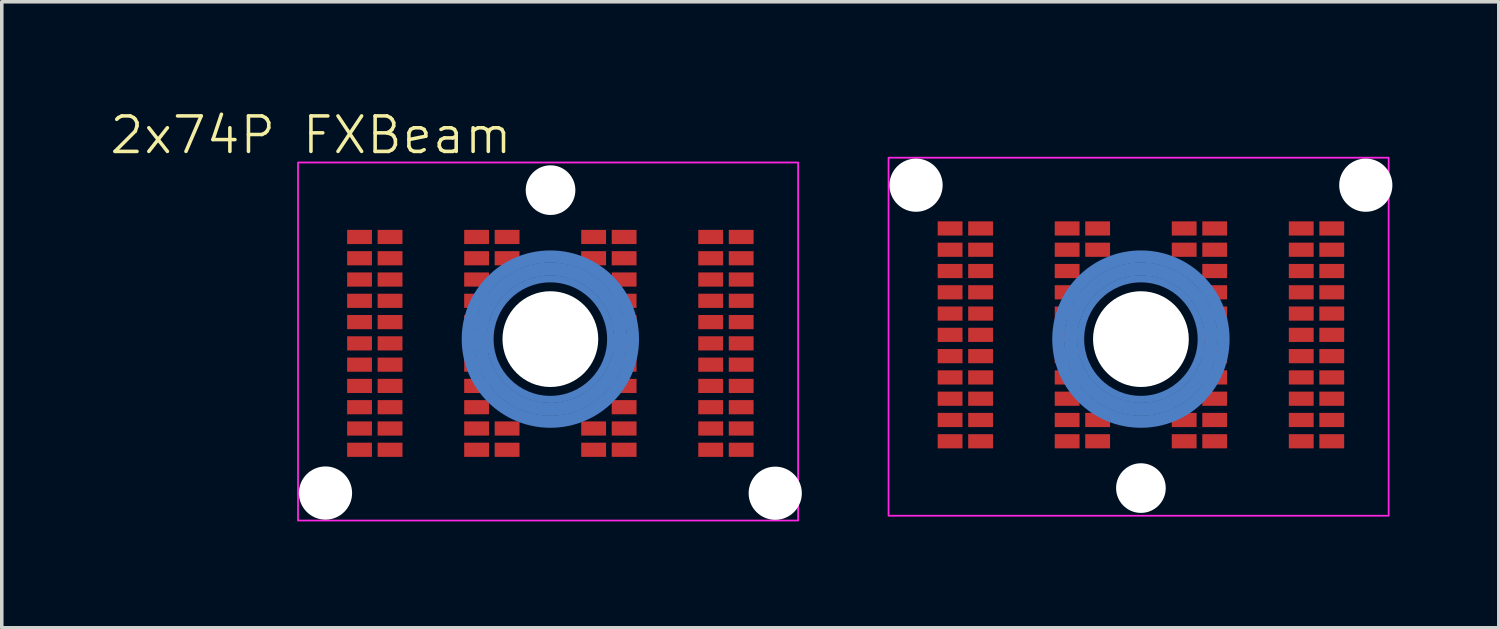
<source format=kicad_pcb>
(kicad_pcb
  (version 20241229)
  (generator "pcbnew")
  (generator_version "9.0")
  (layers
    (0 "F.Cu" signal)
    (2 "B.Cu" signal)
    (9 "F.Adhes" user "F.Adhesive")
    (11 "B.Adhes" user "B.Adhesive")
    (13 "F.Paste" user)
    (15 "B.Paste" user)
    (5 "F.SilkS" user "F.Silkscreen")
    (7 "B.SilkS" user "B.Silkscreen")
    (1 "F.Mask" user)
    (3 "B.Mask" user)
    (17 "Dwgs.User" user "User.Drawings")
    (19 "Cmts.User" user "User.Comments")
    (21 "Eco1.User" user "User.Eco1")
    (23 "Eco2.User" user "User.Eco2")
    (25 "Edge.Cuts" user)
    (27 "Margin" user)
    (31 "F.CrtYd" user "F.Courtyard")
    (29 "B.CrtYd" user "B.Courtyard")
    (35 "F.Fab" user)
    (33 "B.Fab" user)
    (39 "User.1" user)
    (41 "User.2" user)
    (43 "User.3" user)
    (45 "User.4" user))
  (footprint "2x74P FXBeam"
    (layer "F.Cu")
    (at 20.797 6.511)
    (property "Reference" "2x74P FXBeam" (at -15.08 -5.75 0) (unlocked yes) (layer "F.SilkS") (effects (font (size 1 1) (thickness 0.1))))
    (attr smd exclude_from_pos_files exclude_from_bom)
    (fp_circle (center -8.33 0) (end -6.63 0) (stroke (width 0.2) (type default)) (fill no) (layer "B.Cu"))
    (fp_circle (center -8.33 0) (end -6.44 0.005) (stroke (width 0.2) (type default)) (fill no) (layer "B.Cu"))
    (fp_circle (center -8.33 0) (end -6.265 0) (stroke (width 0.2) (type default)) (fill no) (layer "B.Cu"))
    (fp_circle (center -8.33 0) (end -6.075 0) (stroke (width 0.2) (type default)) (fill no) (layer "B.Cu"))
    (fp_circle (center -8.33 0) (end -5.93 0) (stroke (width 0.2) (type default)) (fill no) (layer "B.Cu"))
    (fp_circle (center 8.32 0) (end 10.02 0) (stroke (width 0.2) (type default)) (fill no) (layer "B.Cu"))
    (fp_circle (center 8.32 0) (end 10.21 0.005) (stroke (width 0.2) (type default)) (fill no) (layer "B.Cu"))
    (fp_circle (center 8.32 0) (end 10.385 0) (stroke (width 0.2) (type default)) (fill no) (layer "B.Cu"))
    (fp_circle (center 8.32 0) (end 10.575 0) (stroke (width 0.2) (type default)) (fill no) (layer "B.Cu"))
    (fp_circle (center 8.32 0) (end 10.72 0) (stroke (width 0.2) (type default)) (fill no) (layer "B.Cu"))
    (fp_rect (start -15.445 -4.98) (end -1.345 5.115) (stroke (width 0.05) (type default)) (fill no) (layer "F.CrtYd"))
    (fp_rect (start 15.305 4.98) (end 1.205 -5.115) (stroke (width 0.05) (type default)) (fill no) (layer "F.CrtYd"))
    (pad "" np_thru_hole circle (at -14.67 4.34) (size 1.5 1.5) (drill 1.5) (layers "*.Cu" "*.Mask"))
    (pad "" np_thru_hole circle (at -8.33 0) (size 2.7 2.7) (drill 2.7) (layers "*.Cu" "*.Mask"))
    (pad "" np_thru_hole circle (at -8.325 -4.2) (size 1.4 1.4) (drill 1.4) (layers "*.Cu" "*.Mask"))
    (pad "" np_thru_hole circle (at -1.99 4.345) (size 1.5 1.5) (drill 1.5) (layers "*.Cu" "*.Mask"))
    (pad "" np_thru_hole circle (at 1.98 -4.34) (size 1.5 1.5) (drill 1.5) (layers "*.Cu" "*.Mask"))
    (pad "" np_thru_hole circle (at 8.32 0) (size 2.7 2.7) (drill 2.7) (layers "*.Cu" "*.Mask"))
    (pad "" np_thru_hole circle (at 8.32 4.2) (size 1.4 1.4) (drill 1.4) (layers "*.Cu" "*.Mask"))
    (pad "" np_thru_hole circle (at 14.66 -4.34) (size 1.5 1.5) (drill 1.5) (layers "*.Cu" "*.Mask"))
    (pad "PA1" smd rect (at -2.95 -2.88) (size 0.7 0.4) (layers "F.Cu" "F.Mask" "F.Paste"))
    (pad "PA2" smd rect (at -3.81 -2.88) (size 0.7 0.4) (layers "F.Cu" "F.Mask" "F.Paste"))
    (pad "PA3" smd rect (at -6.25 -2.88) (size 0.7 0.4) (layers "F.Cu" "F.Mask" "F.Paste"))
    (pad "PA4" smd rect (at -7.11 -2.88) (size 0.7 0.4) (layers "F.Cu" "F.Mask" "F.Paste"))
    (pad "PA5" smd rect (at -9.55 -2.88 180) (size 0.7 0.4) (layers "F.Cu" "F.Mask" "F.Paste"))
    (pad "PA6" smd rect (at -10.41 -2.88 180) (size 0.7 0.4) (layers "F.Cu" "F.Mask" "F.Paste"))
    (pad "PA7" smd rect (at -12.85 -2.88) (size 0.7 0.4) (layers "F.Cu" "F.Mask" "F.Paste"))
    (pad "PA8" smd rect (at -13.71 -2.88) (size 0.7 0.4) (layers "F.Cu" "F.Mask" "F.Paste"))
    (pad "PB1" smd rect (at -2.95 -2.28) (size 0.7 0.4) (layers "F.Cu" "F.Mask" "F.Paste"))
    (pad "PB2" smd rect (at -3.81 -2.28) (size 0.7 0.4) (layers "F.Cu" "F.Mask" "F.Paste"))
    (pad "PB3" smd rect (at -6.25 -2.28) (size 0.7 0.4) (layers "F.Cu" "F.Mask" "F.Paste"))
    (pad "PB4" smd rect (at -7.11 -2.28) (size 0.7 0.4) (layers "F.Cu" "F.Mask" "F.Paste"))
    (pad "PB5" smd rect (at -9.55 -2.28 180) (size 0.7 0.4) (layers "F.Cu" "F.Mask" "F.Paste"))
    (pad "PB6" smd rect (at -10.41 -2.28 180) (size 0.7 0.4) (layers "F.Cu" "F.Mask" "F.Paste"))
    (pad "PB7" smd rect (at -12.85 -2.28) (size 0.7 0.4) (layers "F.Cu" "F.Mask" "F.Paste"))
    (pad "PB8" smd rect (at -13.71 -2.28) (size 0.7 0.4) (layers "F.Cu" "F.Mask" "F.Paste"))
    (pad "PC1" smd rect (at -2.95 -1.68) (size 0.7 0.4) (layers "F.Cu" "F.Mask" "F.Paste"))
    (pad "PC2" smd rect (at -3.81 -1.68) (size 0.7 0.4) (layers "F.Cu" "F.Mask" "F.Paste"))
    (pad "PC3" smd rect (at -6.25 -1.68) (size 0.7 0.4) (layers "F.Cu" "F.Mask" "F.Paste"))
    (pad "PC6" smd rect (at -10.41 -1.68 180) (size 0.7 0.4) (layers "F.Cu" "F.Mask" "F.Paste"))
    (pad "PC7" smd rect (at -12.85 -1.68) (size 0.7 0.4) (layers "F.Cu" "F.Mask" "F.Paste"))
    (pad "PC8" smd rect (at -13.71 -1.68) (size 0.7 0.4) (layers "F.Cu" "F.Mask" "F.Paste"))
    (pad "PD1" smd rect (at -2.95 -1.08) (size 0.7 0.4) (layers "F.Cu" "F.Mask" "F.Paste"))
    (pad "PD2" smd rect (at -3.81 -1.08) (size 0.7 0.4) (layers "F.Cu" "F.Mask" "F.Paste"))
    (pad "PD3" smd rect (at -6.25 -1.08) (size 0.7 0.4) (layers "F.Cu" "F.Mask" "F.Paste"))
    (pad "PD6" smd rect (at -10.41 -1.08 180) (size 0.7 0.4) (layers "F.Cu" "F.Mask" "F.Paste"))
    (pad "PD7" smd rect (at -12.85 -1.08) (size 0.7 0.4) (layers "F.Cu" "F.Mask" "F.Paste"))
    (pad "PD8" smd rect (at -13.71 -1.08) (size 0.7 0.4) (layers "F.Cu" "F.Mask" "F.Paste"))
    (pad "PE1" smd rect (at -2.95 -0.48) (size 0.7 0.4) (layers "F.Cu" "F.Mask" "F.Paste"))
    (pad "PE2" smd rect (at -3.81 -0.48) (size 0.7 0.4) (layers "F.Cu" "F.Mask" "F.Paste"))
    (pad "PE3" smd rect (at -6.25 -0.48) (size 0.7 0.4) (layers "F.Cu" "F.Mask" "F.Paste"))
    (pad "PE6" smd rect (at -10.41 -0.48 180) (size 0.7 0.4) (layers "F.Cu" "F.Mask" "F.Paste"))
    (pad "PE7" smd rect (at -12.85 -0.48) (size 0.7 0.4) (layers "F.Cu" "F.Mask" "F.Paste"))
    (pad "PE8" smd rect (at -13.71 -0.48) (size 0.7 0.4) (layers "F.Cu" "F.Mask" "F.Paste"))
    (pad "PF1" smd rect (at -2.95 0.12) (size 0.7 0.4) (layers "F.Cu" "F.Mask" "F.Paste"))
    (pad "PF2" smd rect (at -3.81 0.12) (size 0.7 0.4) (layers "F.Cu" "F.Mask" "F.Paste"))
    (pad "PF3" smd rect (at -6.25 0.12) (size 0.7 0.4) (layers "F.Cu" "F.Mask" "F.Paste"))
    (pad "PF6" smd rect (at -10.41 0.12 180) (size 0.7 0.4) (layers "F.Cu" "F.Mask" "F.Paste"))
    (pad "PF7" smd rect (at -12.85 0.12) (size 0.7 0.4) (layers "F.Cu" "F.Mask" "F.Paste"))
    (pad "PF8" smd rect (at -13.71 0.12) (size 0.7 0.4) (layers "F.Cu" "F.Mask" "F.Paste"))
    (pad "PG1" smd rect (at -2.95 0.72) (size 0.7 0.4) (layers "F.Cu" "F.Mask" "F.Paste"))
    (pad "PG2" smd rect (at -3.81 0.72) (size 0.7 0.4) (layers "F.Cu" "F.Mask" "F.Paste"))
    (pad "PG3" smd rect (at -6.25 0.72) (size 0.7 0.4) (layers "F.Cu" "F.Mask" "F.Paste"))
    (pad "PG6" smd rect (at -10.41 0.72 180) (size 0.7 0.4) (layers "F.Cu" "F.Mask" "F.Paste"))
    (pad "PG7" smd rect (at -12.85 0.72) (size 0.7 0.4) (layers "F.Cu" "F.Mask" "F.Paste"))
    (pad "PG8" smd rect (at -13.71 0.72) (size 0.7 0.4) (layers "F.Cu" "F.Mask" "F.Paste"))
    (pad "PH1" smd rect (at -2.95 1.32) (size 0.7 0.4) (layers "F.Cu" "F.Mask" "F.Paste"))
    (pad "PH2" smd rect (at -3.81 1.32) (size 0.7 0.4) (layers "F.Cu" "F.Mask" "F.Paste"))
    (pad "PH3" smd rect (at -6.25 1.32) (size 0.7 0.4) (layers "F.Cu" "F.Mask" "F.Paste"))
    (pad "PH6" smd rect (at -10.41 1.32 180) (size 0.7 0.4) (layers "F.Cu" "F.Mask" "F.Paste"))
    (pad "PH7" smd rect (at -12.85 1.32) (size 0.7 0.4) (layers "F.Cu" "F.Mask" "F.Paste"))
    (pad "PH8" smd rect (at -13.71 1.32) (size 0.7 0.4) (layers "F.Cu" "F.Mask" "F.Paste"))
    (pad "PJ1" smd rect (at -2.95 1.92) (size 0.7 0.4) (layers "F.Cu" "F.Mask" "F.Paste"))
    (pad "PJ2" smd rect (at -3.81 1.92) (size 0.7 0.4) (layers "F.Cu" "F.Mask" "F.Paste"))
    (pad "PJ3" smd rect (at -6.25 1.92) (size 0.7 0.4) (layers "F.Cu" "F.Mask" "F.Paste"))
    (pad "PJ6" smd rect (at -10.41 1.92 180) (size 0.7 0.4) (layers "F.Cu" "F.Mask" "F.Paste"))
    (pad "PJ7" smd rect (at -12.85 1.92) (size 0.7 0.4) (layers "F.Cu" "F.Mask" "F.Paste"))
    (pad "PJ8" smd rect (at -13.71 1.92) (size 0.7 0.4) (layers "F.Cu" "F.Mask" "F.Paste"))
    (pad "PK1" smd rect (at -2.95 2.52) (size 0.7 0.4) (layers "F.Cu" "F.Mask" "F.Paste"))
    (pad "PK2" smd rect (at -3.81 2.52) (size 0.7 0.4) (layers "F.Cu" "F.Mask" "F.Paste"))
    (pad "PK3" smd rect (at -6.25 2.52) (size 0.7 0.4) (layers "F.Cu" "F.Mask" "F.Paste"))
    (pad "PK4" smd rect (at -7.11 2.52) (size 0.7 0.4) (layers "F.Cu" "F.Mask" "F.Paste"))
    (pad "PK5" smd rect (at -9.55 2.52 180) (size 0.7 0.4) (layers "F.Cu" "F.Mask" "F.Paste"))
    (pad "PK6" smd rect (at -10.41 2.52 180) (size 0.7 0.4) (layers "F.Cu" "F.Mask" "F.Paste"))
    (pad "PK7" smd rect (at -12.85 2.52) (size 0.7 0.4) (layers "F.Cu" "F.Mask" "F.Paste"))
    (pad "PK8" smd rect (at -13.71 2.52) (size 0.7 0.4) (layers "F.Cu" "F.Mask" "F.Paste"))
    (pad "PL1" smd rect (at -2.95 3.12) (size 0.7 0.4) (layers "F.Cu" "F.Mask" "F.Paste"))
    (pad "PL2" smd rect (at -3.81 3.12) (size 0.7 0.4) (layers "F.Cu" "F.Mask" "F.Paste"))
    (pad "PL3" smd rect (at -6.25 3.12) (size 0.7 0.4) (layers "F.Cu" "F.Mask" "F.Paste"))
    (pad "PL4" smd rect (at -7.11 3.12) (size 0.7 0.4) (layers "F.Cu" "F.Mask" "F.Paste"))
    (pad "PL5" smd rect (at -9.55 3.12 180) (size 0.7 0.4) (layers "F.Cu" "F.Mask" "F.Paste"))
    (pad "PL6" smd rect (at -10.41 3.12 180) (size 0.7 0.4) (layers "F.Cu" "F.Mask" "F.Paste"))
    (pad "PL7" smd rect (at -12.85 3.12) (size 0.7 0.4) (layers "F.Cu" "F.Mask" "F.Paste"))
    (pad "PL8" smd rect (at -13.71 3.12) (size 0.7 0.4) (layers "F.Cu" "F.Mask" "F.Paste"))
    (pad "SA1" smd rect (at 13.7 -3.12) (size 0.7 0.4) (layers "F.Cu" "F.Mask" "F.Paste"))
    (pad "SA2" smd rect (at 12.84 -3.12) (size 0.7 0.4) (layers "F.Cu" "F.Mask" "F.Paste"))
    (pad "SA3" smd rect (at 10.4 -3.12) (size 0.7 0.4) (layers "F.Cu" "F.Mask" "F.Paste"))
    (pad "SA4" smd rect (at 9.54 -3.12) (size 0.7 0.4) (layers "F.Cu" "F.Mask" "F.Paste"))
    (pad "SA5" smd rect (at 7.1 -3.12 180) (size 0.7 0.4) (layers "F.Cu" "F.Mask" "F.Paste"))
    (pad "SA6" smd rect (at 6.24 -3.12 180) (size 0.7 0.4) (layers "F.Cu" "F.Mask" "F.Paste"))
    (pad "SA7" smd rect (at 3.8 -3.12) (size 0.7 0.4) (layers "F.Cu" "F.Mask" "F.Paste"))
    (pad "SA8" smd rect (at 2.94 -3.12) (size 0.7 0.4) (layers "F.Cu" "F.Mask" "F.Paste"))
    (pad "SB1" smd rect (at 13.7 -2.52) (size 0.7 0.4) (layers "F.Cu" "F.Mask" "F.Paste"))
    (pad "SB2" smd rect (at 12.84 -2.52) (size 0.7 0.4) (layers "F.Cu" "F.Mask" "F.Paste"))
    (pad "SB3" smd rect (at 10.4 -2.52) (size 0.7 0.4) (layers "F.Cu" "F.Mask" "F.Paste"))
    (pad "SB4" smd rect (at 9.54 -2.52) (size 0.7 0.4) (layers "F.Cu" "F.Mask" "F.Paste"))
    (pad "SB5" smd rect (at 7.1 -2.52 180) (size 0.7 0.4) (layers "F.Cu" "F.Mask" "F.Paste"))
    (pad "SB6" smd rect (at 6.24 -2.52 180) (size 0.7 0.4) (layers "F.Cu" "F.Mask" "F.Paste"))
    (pad "SB7" smd rect (at 3.8 -2.52) (size 0.7 0.4) (layers "F.Cu" "F.Mask" "F.Paste"))
    (pad "SB8" smd rect (at 2.94 -2.52) (size 0.7 0.4) (layers "F.Cu" "F.Mask" "F.Paste"))
    (pad "SC1" smd rect (at 13.7 -1.92) (size 0.7 0.4) (layers "F.Cu" "F.Mask" "F.Paste"))
    (pad "SC2" smd rect (at 12.84 -1.92) (size 0.7 0.4) (layers "F.Cu" "F.Mask" "F.Paste"))
    (pad "SC3" smd rect (at 10.4 -1.92) (size 0.7 0.4) (layers "F.Cu" "F.Mask" "F.Paste"))
    (pad "SC6" smd rect (at 6.24 -1.92 180) (size 0.7 0.4) (layers "F.Cu" "F.Mask" "F.Paste"))
    (pad "SC7" smd rect (at 3.8 -1.92) (size 0.7 0.4) (layers "F.Cu" "F.Mask" "F.Paste"))
    (pad "SC8" smd rect (at 2.94 -1.92) (size 0.7 0.4) (layers "F.Cu" "F.Mask" "F.Paste"))
    (pad "SD1" smd rect (at 13.7 -1.32) (size 0.7 0.4) (layers "F.Cu" "F.Mask" "F.Paste"))
    (pad "SD2" smd rect (at 12.84 -1.32) (size 0.7 0.4) (layers "F.Cu" "F.Mask" "F.Paste"))
    (pad "SD3" smd rect (at 10.4 -1.32) (size 0.7 0.4) (layers "F.Cu" "F.Mask" "F.Paste"))
    (pad "SD6" smd rect (at 6.24 -1.32 180) (size 0.7 0.4) (layers "F.Cu" "F.Mask" "F.Paste"))
    (pad "SD7" smd rect (at 3.8 -1.32) (size 0.7 0.4) (layers "F.Cu" "F.Mask" "F.Paste"))
    (pad "SD8" smd rect (at 2.94 -1.32) (size 0.7 0.4) (layers "F.Cu" "F.Mask" "F.Paste"))
    (pad "SE1" smd rect (at 13.7 -0.72) (size 0.7 0.4) (layers "F.Cu" "F.Mask" "F.Paste"))
    (pad "SE2" smd rect (at 12.84 -0.72) (size 0.7 0.4) (layers "F.Cu" "F.Mask" "F.Paste"))
    (pad "SE3" smd rect (at 10.4 -0.72) (size 0.7 0.4) (layers "F.Cu" "F.Mask" "F.Paste"))
    (pad "SE6" smd rect (at 6.24 -0.72 180) (size 0.7 0.4) (layers "F.Cu" "F.Mask" "F.Paste"))
    (pad "SE7" smd rect (at 3.8 -0.72) (size 0.7 0.4) (layers "F.Cu" "F.Mask" "F.Paste"))
    (pad "SE8" smd rect (at 2.94 -0.72) (size 0.7 0.4) (layers "F.Cu" "F.Mask" "F.Paste"))
    (pad "SF1" smd rect (at 13.7 -0.12) (size 0.7 0.4) (layers "F.Cu" "F.Mask" "F.Paste"))
    (pad "SF2" smd rect (at 12.84 -0.12) (size 0.7 0.4) (layers "F.Cu" "F.Mask" "F.Paste"))
    (pad "SF3" smd rect (at 10.4 -0.12) (size 0.7 0.4) (layers "F.Cu" "F.Mask" "F.Paste"))
    (pad "SF6" smd rect (at 6.24 -0.12 180) (size 0.7 0.4) (layers "F.Cu" "F.Mask" "F.Paste"))
    (pad "SF7" smd rect (at 3.8 -0.12) (size 0.7 0.4) (layers "F.Cu" "F.Mask" "F.Paste"))
    (pad "SF8" smd rect (at 2.94 -0.12) (size 0.7 0.4) (layers "F.Cu" "F.Mask" "F.Paste"))
    (pad "SG1" smd rect (at 13.7 0.48) (size 0.7 0.4) (layers "F.Cu" "F.Mask" "F.Paste"))
    (pad "SG2" smd rect (at 12.84 0.48) (size 0.7 0.4) (layers "F.Cu" "F.Mask" "F.Paste"))
    (pad "SG3" smd rect (at 10.4 0.48) (size 0.7 0.4) (layers "F.Cu" "F.Mask" "F.Paste"))
    (pad "SG6" smd rect (at 6.24 0.48 180) (size 0.7 0.4) (layers "F.Cu" "F.Mask" "F.Paste"))
    (pad "SG7" smd rect (at 3.8 0.48) (size 0.7 0.4) (layers "F.Cu" "F.Mask" "F.Paste"))
    (pad "SG8" smd rect (at 2.94 0.48) (size 0.7 0.4) (layers "F.Cu" "F.Mask" "F.Paste"))
    (pad "SH1" smd rect (at 13.7 1.08) (size 0.7 0.4) (layers "F.Cu" "F.Mask" "F.Paste"))
    (pad "SH2" smd rect (at 12.84 1.08) (size 0.7 0.4) (layers "F.Cu" "F.Mask" "F.Paste"))
    (pad "SH3" smd rect (at 10.4 1.08) (size 0.7 0.4) (layers "F.Cu" "F.Mask" "F.Paste"))
    (pad "SH6" smd rect (at 6.24 1.08 180) (size 0.7 0.4) (layers "F.Cu" "F.Mask" "F.Paste"))
    (pad "SH7" smd rect (at 3.8 1.08) (size 0.7 0.4) (layers "F.Cu" "F.Mask" "F.Paste"))
    (pad "SH8" smd rect (at 2.94 1.08) (size 0.7 0.4) (layers "F.Cu" "F.Mask" "F.Paste"))
    (pad "SJ1" smd rect (at 13.7 1.68) (size 0.7 0.4) (layers "F.Cu" "F.Mask" "F.Paste"))
    (pad "SJ2" smd rect (at 12.84 1.68) (size 0.7 0.4) (layers "F.Cu" "F.Mask" "F.Paste"))
    (pad "SJ3" smd rect (at 10.4 1.68) (size 0.7 0.4) (layers "F.Cu" "F.Mask" "F.Paste"))
    (pad "SJ6" smd rect (at 6.24 1.68 180) (size 0.7 0.4) (layers "F.Cu" "F.Mask" "F.Paste"))
    (pad "SJ7" smd rect (at 3.8 1.68) (size 0.7 0.4) (layers "F.Cu" "F.Mask" "F.Paste"))
    (pad "SJ8" smd rect (at 2.94 1.68) (size 0.7 0.4) (layers "F.Cu" "F.Mask" "F.Paste"))
    (pad "SK1" smd rect (at 13.7 2.28) (size 0.7 0.4) (layers "F.Cu" "F.Mask" "F.Paste"))
    (pad "SK2" smd rect (at 12.84 2.28) (size 0.7 0.4) (layers "F.Cu" "F.Mask" "F.Paste"))
    (pad "SK3" smd rect (at 10.4 2.28) (size 0.7 0.4) (layers "F.Cu" "F.Mask" "F.Paste"))
    (pad "SK4" smd rect (at 9.54 2.28) (size 0.7 0.4) (layers "F.Cu" "F.Mask" "F.Paste"))
    (pad "SK5" smd rect (at 7.1 2.28 180) (size 0.7 0.4) (layers "F.Cu" "F.Mask" "F.Paste"))
    (pad "SK6" smd rect (at 6.24 2.28 180) (size 0.7 0.4) (layers "F.Cu" "F.Mask" "F.Paste"))
    (pad "SK7" smd rect (at 3.8 2.28) (size 0.7 0.4) (layers "F.Cu" "F.Mask" "F.Paste"))
    (pad "SK8" smd rect (at 2.94 2.28) (size 0.7 0.4) (layers "F.Cu" "F.Mask" "F.Paste"))
    (pad "SL1" smd rect (at 13.7 2.88) (size 0.7 0.4) (layers "F.Cu" "F.Mask" "F.Paste"))
    (pad "SL2" smd rect (at 12.84 2.88) (size 0.7 0.4) (layers "F.Cu" "F.Mask" "F.Paste"))
    (pad "SL3" smd rect (at 10.4 2.88) (size 0.7 0.4) (layers "F.Cu" "F.Mask" "F.Paste"))
    (pad "SL4" smd rect (at 9.54 2.88) (size 0.7 0.4) (layers "F.Cu" "F.Mask" "F.Paste"))
    (pad "SL5" smd rect (at 7.1 2.88 180) (size 0.7 0.4) (layers "F.Cu" "F.Mask" "F.Paste"))
    (pad "SL6" smd rect (at 6.24 2.88 180) (size 0.7 0.4) (layers "F.Cu" "F.Mask" "F.Paste"))
    (pad "SL7" smd rect (at 3.8 2.88) (size 0.7 0.4) (layers "F.Cu" "F.Mask" "F.Paste"))
    (pad "SL8" smd rect (at 2.94 2.88) (size 0.7 0.4) (layers "F.Cu" "F.Mask" "F.Paste")))
  (gr_rect
    (start -3 -3)
    (end 39.207 14.65)
    (stroke (width 0.1) (type default))
    (fill no)
    (layer "Edge.Cuts")))
</source>
